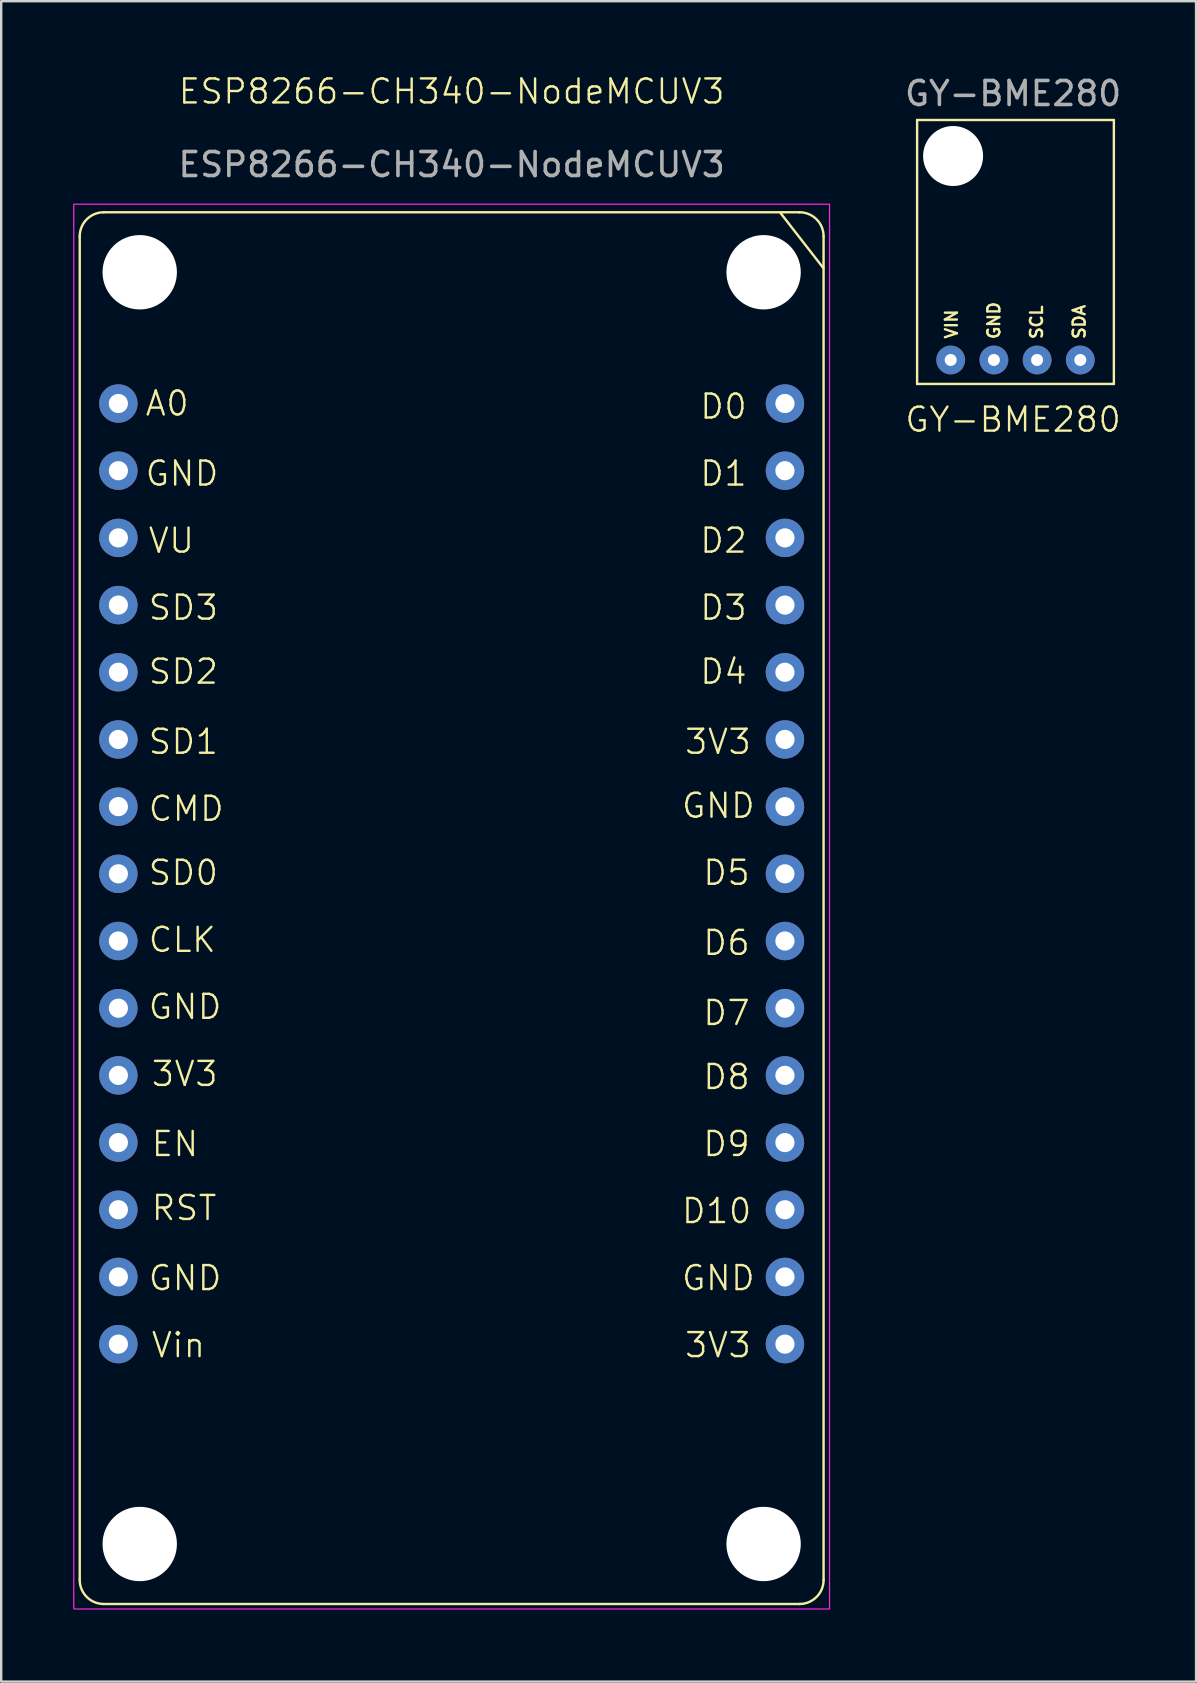
<source format=kicad_pcb>
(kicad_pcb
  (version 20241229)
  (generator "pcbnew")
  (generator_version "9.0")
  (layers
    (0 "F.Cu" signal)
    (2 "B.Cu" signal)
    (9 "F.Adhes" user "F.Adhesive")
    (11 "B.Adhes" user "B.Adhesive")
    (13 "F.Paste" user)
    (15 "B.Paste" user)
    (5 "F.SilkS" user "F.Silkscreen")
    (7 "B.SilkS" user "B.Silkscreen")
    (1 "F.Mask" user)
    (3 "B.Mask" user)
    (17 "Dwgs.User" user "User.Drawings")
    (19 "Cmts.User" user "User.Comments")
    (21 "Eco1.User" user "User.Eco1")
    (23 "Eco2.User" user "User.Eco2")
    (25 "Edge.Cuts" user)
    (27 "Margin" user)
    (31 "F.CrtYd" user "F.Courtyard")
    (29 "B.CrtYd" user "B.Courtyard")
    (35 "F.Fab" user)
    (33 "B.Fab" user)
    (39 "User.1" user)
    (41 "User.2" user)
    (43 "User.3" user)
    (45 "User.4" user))
  (footprint "GY-BME280"
    (layer "F.Cu")
    (at 39.171 7.452)
    (property "Reference" "GY-BME280" (at 0 6.985 0) (unlocked yes) (layer "F.SilkS") (effects (font (size 1 1) (thickness 0.1))))
    (attr through_hole)
    (fp_line (start -4 -5.5) (end -4 5.5) (stroke (width 0.1) (type default)) (layer "F.SilkS"))
    (fp_line (start -4 -5.5) (end 4.2 -5.5) (stroke (width 0.1) (type default)) (layer "F.SilkS"))
    (fp_line (start -4 5.5) (end 4.2 5.5) (stroke (width 0.1) (type default)) (layer "F.SilkS"))
    (fp_line (start 4.2 -5.5) (end 4.2 5.5) (stroke (width 0.1) (type default)) (layer "F.SilkS"))
    (fp_text user "GND" (at -0.508 3.683 90) (unlocked yes) (layer "F.SilkS") (effects (font (size 0.5 0.5) (thickness 0.1)) (justify left bottom)))
    (fp_text user "VIN" (at -2.275 3.665 90) (unlocked yes) (layer "F.SilkS") (effects (font (size 0.5 0.5) (thickness 0.1)) (justify left bottom)))
    (fp_text user "SCL" (at 1.27 3.683 90) (unlocked yes) (layer "F.SilkS") (effects (font (size 0.5 0.5) (thickness 0.1)) (justify left bottom)))
    (fp_text user "SDA" (at 3.048 3.683 90) (unlocked yes) (layer "F.SilkS") (effects (font (size 0.5 0.5) (thickness 0.1)) (justify left bottom)))
    (fp_text user "${REFERENCE}" (at 0 -6.604 0) (unlocked yes) (layer "F.Fab") (effects (font (size 1 1) (thickness 0.15))))
    (pad "" np_thru_hole circle (at -2.5 -4) (size 2.5 2.5) (drill 2.5) (layers "*.Cu" "*.Mask"))
    (pad "1" thru_hole circle (at -2.6 4.5) (size 1.2 1.2) (drill 0.5) (layers "*.Cu" "*.Mask"))
    (pad "2" thru_hole circle (at -0.8 4.5) (size 1.2 1.2) (drill 0.5) (layers "*.Cu" "*.Mask"))
    (pad "3" thru_hole circle (at 1 4.5) (size 1.2 1.2) (drill 0.5) (layers "*.Cu" "*.Mask"))
    (pad "4" thru_hole circle (at 2.8 4.5) (size 1.2 1.2) (drill 0.5) (layers "*.Cu" "*.Mask")))
  (footprint "ESP8266-CH340-NodeMCUV3"
    (layer "F.Cu")
    (at 15.773 34.797)
    (property "Reference" "ESP8266-CH340-NodeMCUV3" (at 0 -34.036 0) (unlocked yes) (layer "F.SilkS") (effects (font (size 1 1) (thickness 0.1))))
    (attr through_hole)
    (fp_line (start -15.5 28) (end -15.5 -28) (stroke (width 0.1) (type default)) (layer "F.SilkS"))
    (fp_line (start -14.5 -29) (end 14.5 -29) (stroke (width 0.1) (type default)) (layer "F.SilkS"))
    (fp_line (start -14.5 29) (end 14.5 29) (stroke (width 0.1) (type default)) (layer "F.SilkS"))
    (fp_line (start 13.716 -28.956) (end 15.494 -26.67) (stroke (width 0.1) (type default)) (layer "F.SilkS"))
    (fp_line (start 15.5 -28) (end 15.5 28) (stroke (width 0.1) (type default)) (layer "F.SilkS"))
    (fp_arc (start -15.5 -28) (mid -15.207107 -28.707107) (end -14.5 -29) (stroke (width 0.1) (type default)) (layer "F.SilkS"))
    (fp_arc (start -14.5 29) (mid -15.207107 28.707107) (end -15.5 28) (stroke (width 0.1) (type default)) (layer "F.SilkS"))
    (fp_arc (start 14.5 -29) (mid 15.207107 -28.707107) (end 15.5 -28) (stroke (width 0.1) (type default)) (layer "F.SilkS"))
    (fp_arc (start 15.5 28) (mid 15.207107 28.707107) (end 14.5 29) (stroke (width 0.1) (type default)) (layer "F.SilkS"))
    (fp_rect (start -15.748 -29.337) (end 15.748 29.21) (stroke (width 0.05) (type default)) (fill no) (layer "F.CrtYd"))
    (fp_text user "3V3" (at -12.573 7.493 0) (unlocked yes) (layer "F.SilkS") (effects (font (size 1 1) (thickness 0.1)) (justify left bottom)))
    (fp_text user "GND" (at -12.7 4.699 0) (unlocked yes) (layer "F.SilkS") (effects (font (size 1 1) (thickness 0.1)) (justify left bottom)))
    (fp_text user "A0" (at -12.827 -20.447 0) (unlocked yes) (layer "F.SilkS") (effects (font (size 1 1) (thickness 0.1)) (justify left bottom)))
    (fp_text user "CMD" (at -12.7 -3.556 0) (unlocked yes) (layer "F.SilkS") (effects (font (size 1 1) (thickness 0.1)) (justify left bottom)))
    (fp_text user "D1" (at 10.287 -17.526 0) (unlocked yes) (layer "F.SilkS") (effects (font (size 1 1) (thickness 0.1)) (justify left bottom)))
    (fp_text user "D5" (at 10.414 -0.889 0) (unlocked yes) (layer "F.SilkS") (effects (font (size 1 1) (thickness 0.1)) (justify left bottom)))
    (fp_text user "RST" (at -12.573 13.081 0) (unlocked yes) (layer "F.SilkS") (effects (font (size 1 1) (thickness 0.1)) (justify left bottom)))
    (fp_text user "D2" (at 10.287 -14.732 0) (unlocked yes) (layer "F.SilkS") (effects (font (size 1 1) (thickness 0.1)) (justify left bottom)))
    (fp_text user "3V3" (at 9.652 18.796 0) (unlocked yes) (layer "F.SilkS") (effects (font (size 1 1) (thickness 0.1)) (justify left bottom)))
    (fp_text user "EN" (at -12.573 10.414 0) (unlocked yes) (layer "F.SilkS") (effects (font (size 1 1) (thickness 0.1)) (justify left bottom)))
    (fp_text user "GND" (at 9.525 -3.683 0) (unlocked yes) (layer "F.SilkS") (effects (font (size 1 1) (thickness 0.1)) (justify left bottom)))
    (fp_text user "GND" (at -12.827 -17.526 0) (unlocked yes) (layer "F.SilkS") (effects (font (size 1 1) (thickness 0.1)) (justify left bottom)))
    (fp_text user "Vin" (at -12.573 18.796 0) (unlocked yes) (layer "F.SilkS") (effects (font (size 1 1) (thickness 0.1)) (justify left bottom)))
    (fp_text user "CLK" (at -12.7 1.905 0) (unlocked yes) (layer "F.SilkS") (effects (font (size 1 1) (thickness 0.1)) (justify left bottom)))
    (fp_text user "D0" (at 10.287 -20.32 0) (unlocked yes) (layer "F.SilkS") (effects (font (size 1 1) (thickness 0.1)) (justify left bottom)))
    (fp_text user "D8" (at 10.414 7.62 0) (unlocked yes) (layer "F.SilkS") (effects (font (size 1 1) (thickness 0.1)) (justify left bottom)))
    (fp_text user "SD0" (at -12.7 -0.889 0) (unlocked yes) (layer "F.SilkS") (effects (font (size 1 1) (thickness 0.1)) (justify left bottom)))
    (fp_text user "GND" (at -12.7 16.002 0) (unlocked yes) (layer "F.SilkS") (effects (font (size 1 1) (thickness 0.1)) (justify left bottom)))
    (fp_text user "D9" (at 10.414 10.414 0) (unlocked yes) (layer "F.SilkS") (effects (font (size 1 1) (thickness 0.1)) (justify left bottom)))
    (fp_text user "SD2" (at -12.7 -9.271 0) (unlocked yes) (layer "F.SilkS") (effects (font (size 1 1) (thickness 0.1)) (justify left bottom)))
    (fp_text user "D4" (at 10.287 -9.271 0) (unlocked yes) (layer "F.SilkS") (effects (font (size 1 1) (thickness 0.1)) (justify left bottom)))
    (fp_text user "SD3" (at -12.7 -11.938 0) (unlocked yes) (layer "F.SilkS") (effects (font (size 1 1) (thickness 0.1)) (justify left bottom)))
    (fp_text user "D7" (at 10.414 4.953 0) (unlocked yes) (layer "F.SilkS") (effects (font (size 1 1) (thickness 0.1)) (justify left bottom)))
    (fp_text user "D3" (at 10.287 -11.938 0) (unlocked yes) (layer "F.SilkS") (effects (font (size 1 1) (thickness 0.1)) (justify left bottom)))
    (fp_text user "VU" (at -12.7 -14.732 0) (unlocked yes) (layer "F.SilkS") (effects (font (size 1 1) (thickness 0.1)) (justify left bottom)))
    (fp_text user "D10" (at 9.525 13.208 0) (unlocked yes) (layer "F.SilkS") (effects (font (size 1 1) (thickness 0.1)) (justify left bottom)))
    (fp_text user "SD1" (at -12.7 -6.35 0) (unlocked yes) (layer "F.SilkS") (effects (font (size 1 1) (thickness 0.1)) (justify left bottom)))
    (fp_text user "D6" (at 10.414 2.032 0) (unlocked yes) (layer "F.SilkS") (effects (font (size 1 1) (thickness 0.1)) (justify left bottom)))
    (fp_text user "GND" (at 9.525 16.002 0) (unlocked yes) (layer "F.SilkS") (effects (font (size 1 1) (thickness 0.1)) (justify left bottom)))
    (fp_text user "3V3" (at 9.652 -6.35 0) (unlocked yes) (layer "F.SilkS") (effects (font (size 1 1) (thickness 0.1)) (justify left bottom)))
    (fp_text user "${REFERENCE}" (at 0 -30.988 0) (unlocked yes) (layer "F.Fab") (effects (font (size 1 1) (thickness 0.15))))
    (pad "" np_thru_hole circle (at -13 -26.5) (size 3.1 3.1) (drill 3.1) (layers "*.Cu" "*.Mask"))
    (pad "" np_thru_hole circle (at -13 26.5) (size 3.1 3.1) (drill 3.1) (layers "*.Cu" "*.Mask"))
    (pad "" np_thru_hole circle (at 13 -26.5) (size 3.1 3.1) (drill 3.1) (layers "*.Cu" "*.Mask"))
    (pad "" np_thru_hole circle (at 13 26.5) (size 3.1 3.1) (drill 3.1) (layers "*.Cu" "*.Mask"))
    (pad "1" thru_hole circle (at -13.89 -21.03) (size 1.6 1.6) (drill 0.8) (layers "*.Cu" "*.Mask" "B.Paste"))
    (pad "2" thru_hole circle (at -13.89 -18.23) (size 1.6 1.6) (drill 0.8) (layers "*.Cu" "*.Mask" "B.Paste"))
    (pad "3" thru_hole circle (at -13.89 -15.43) (size 1.6 1.6) (drill 0.8) (layers "*.Cu" "*.Mask" "B.Paste"))
    (pad "4" thru_hole circle (at -13.89 -12.63) (size 1.6 1.6) (drill 0.8) (layers "*.Cu" "*.Mask" "B.Paste"))
    (pad "5" thru_hole circle (at -13.89 -9.83) (size 1.6 1.6) (drill 0.8) (layers "*.Cu" "*.Mask" "B.Paste"))
    (pad "6" thru_hole circle (at -13.89 -7.03) (size 1.6 1.6) (drill 0.8) (layers "*.Cu" "*.Mask" "B.Paste"))
    (pad "7" thru_hole circle (at -13.89 -4.23) (size 1.6 1.6) (drill 0.8) (layers "*.Cu" "*.Mask" "B.Paste"))
    (pad "8" thru_hole circle (at -13.89 -1.43) (size 1.6 1.6) (drill 0.8) (layers "*.Cu" "*.Mask" "B.Paste"))
    (pad "9" thru_hole circle (at -13.89 1.37) (size 1.6 1.6) (drill 0.8) (layers "*.Cu" "*.Mask" "B.Paste"))
    (pad "10" thru_hole circle (at -13.89 4.17) (size 1.6 1.6) (drill 0.8) (layers "*.Cu" "*.Mask" "B.Paste"))
    (pad "11" thru_hole circle (at -13.89 6.97) (size 1.6 1.6) (drill 0.8) (layers "*.Cu" "*.Mask"))
    (pad "12" thru_hole circle (at -13.89 9.77) (size 1.6 1.6) (drill 0.8) (layers "*.Cu" "*.Mask"))
    (pad "13" thru_hole circle (at -13.89 12.57) (size 1.6 1.6) (drill 0.8) (layers "*.Cu" "*.Mask"))
    (pad "14" thru_hole circle (at -13.89 15.37) (size 1.6 1.6) (drill 0.8) (layers "*.Cu" "*.Mask"))
    (pad "15" thru_hole circle (at -13.89 18.17) (size 1.6 1.6) (drill 0.8) (layers "*.Cu" "*.Mask"))
    (pad "16" thru_hole circle (at 13.89 18.17) (size 1.6 1.6) (drill 0.8) (layers "*.Cu" "*.Mask"))
    (pad "17" thru_hole circle (at 13.89 15.37) (size 1.6 1.6) (drill 0.8) (layers "*.Cu" "*.Mask"))
    (pad "18" thru_hole circle (at 13.89 12.57) (size 1.6 1.6) (drill 0.8) (layers "*.Cu" "*.Mask"))
    (pad "19" thru_hole circle (at 13.89 9.77) (size 1.6 1.6) (drill 0.8) (layers "*.Cu" "*.Mask"))
    (pad "20" thru_hole circle (at 13.89 6.97) (size 1.6 1.6) (drill 0.8) (layers "*.Cu" "*.Mask"))
    (pad "21" thru_hole circle (at 13.89 4.17) (size 1.6 1.6) (drill 0.8) (layers "*.Cu" "*.Mask" "B.Paste"))
    (pad "22" thru_hole circle (at 13.89 1.37) (size 1.6 1.6) (drill 0.8) (layers "*.Cu" "*.Mask" "B.Paste"))
    (pad "23" thru_hole circle (at 13.89 -1.43) (size 1.6 1.6) (drill 0.8) (layers "*.Cu" "*.Mask" "B.Paste"))
    (pad "24" thru_hole circle (at 13.89 -4.23) (size 1.6 1.6) (drill 0.8) (layers "*.Cu" "*.Mask" "B.Paste"))
    (pad "25" thru_hole circle (at 13.89 -7.03) (size 1.6 1.6) (drill 0.8) (layers "*.Cu" "*.Mask" "B.Paste"))
    (pad "26" thru_hole circle (at 13.89 -9.83) (size 1.6 1.6) (drill 0.8) (layers "*.Cu" "*.Mask" "B.Paste"))
    (pad "27" thru_hole circle (at 13.89 -12.63) (size 1.6 1.6) (drill 0.8) (layers "*.Cu" "*.Mask" "B.Paste"))
    (pad "28" thru_hole circle (at 13.89 -15.43) (size 1.6 1.6) (drill 0.8) (layers "*.Cu" "*.Mask" "B.Paste"))
    (pad "29" thru_hole circle (at 13.89 -18.23) (size 1.6 1.6) (drill 0.8) (layers "*.Cu" "*.Mask" "B.Paste"))
    (pad "30" thru_hole circle (at 13.89 -21.03) (size 1.6 1.6) (drill 0.8) (layers "*.Cu" "*.Mask" "B.Paste")))
  (gr_rect
    (start -3 -3)
    (end 46.796 67.031)
    (stroke (width 0.1) (type default))
    (fill no)
    (layer "Edge.Cuts")))
</source>
